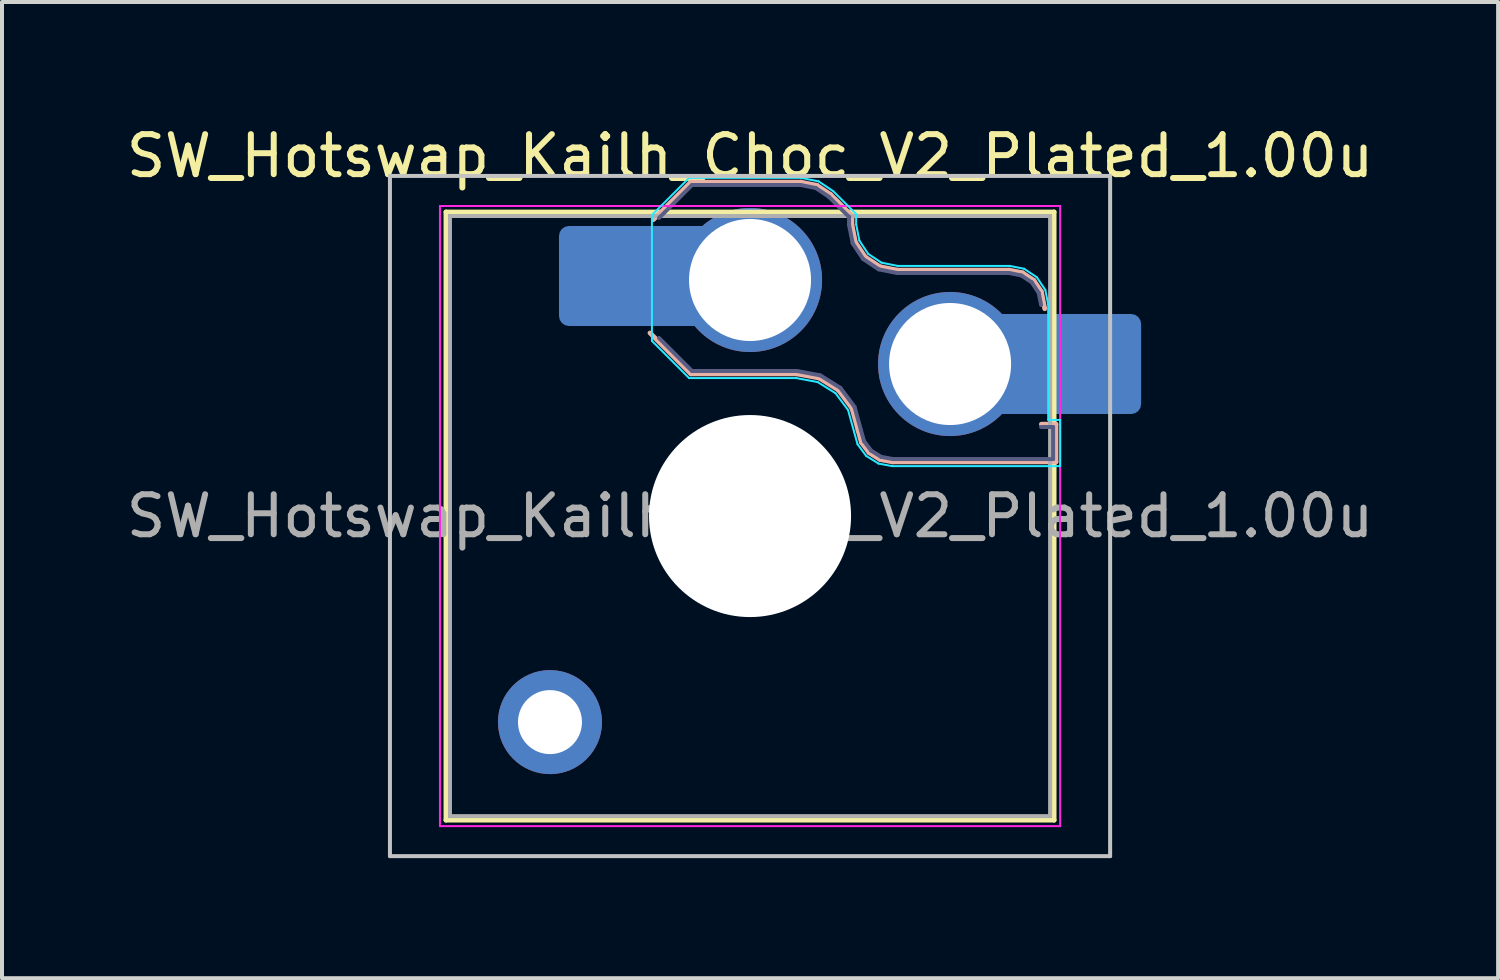
<source format=kicad_pcb>
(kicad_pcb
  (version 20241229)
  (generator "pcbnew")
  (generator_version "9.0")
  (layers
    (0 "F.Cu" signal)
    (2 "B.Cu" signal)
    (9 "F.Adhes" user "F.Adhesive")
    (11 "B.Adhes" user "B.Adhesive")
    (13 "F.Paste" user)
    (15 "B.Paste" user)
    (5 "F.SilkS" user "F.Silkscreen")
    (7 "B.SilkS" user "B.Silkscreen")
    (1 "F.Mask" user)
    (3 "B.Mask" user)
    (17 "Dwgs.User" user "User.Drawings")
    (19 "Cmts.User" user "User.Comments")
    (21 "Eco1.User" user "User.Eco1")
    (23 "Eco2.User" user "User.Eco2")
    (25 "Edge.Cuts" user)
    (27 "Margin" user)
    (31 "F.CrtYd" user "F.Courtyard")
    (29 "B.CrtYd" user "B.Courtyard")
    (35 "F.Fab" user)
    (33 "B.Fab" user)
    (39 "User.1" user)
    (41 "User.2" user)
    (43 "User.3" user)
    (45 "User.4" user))
  (footprint "SW_Hotswap_Kailh_Choc_V2_Plated_1.00u"
    (layer "F.Cu")
    (at 15.696 9.848)
    (property "Reference" "SW_Hotswap_Kailh_Choc_V2_Plated_1.00u" (at 0 -9 0) (layer "F.SilkS") (effects (font (size 1 1) (thickness 0.15))))
    (attr smd)
    (fp_line (start -7.6 -7.6) (end -7.6 7.6) (stroke (width 0.12) (type solid)) (layer "F.SilkS"))
    (fp_line (start -7.6 7.6) (end 7.6 7.6) (stroke (width 0.12) (type solid)) (layer "F.SilkS"))
    (fp_line (start 7.6 -7.6) (end -7.6 -7.6) (stroke (width 0.12) (type solid)) (layer "F.SilkS"))
    (fp_line (start 7.6 7.6) (end 7.6 -7.6) (stroke (width 0.12) (type solid)) (layer "F.SilkS"))
    (fp_line (start -2.416 -7.409) (end -1.479 -8.346) (stroke (width 0.12) (type solid)) (layer "B.SilkS"))
    (fp_line (start -1.479 -8.346) (end 1.268 -8.346) (stroke (width 0.12) (type solid)) (layer "B.SilkS"))
    (fp_line (start -1.479 -3.554) (end -2.5 -4.575) (stroke (width 0.12) (type solid)) (layer "B.SilkS"))
    (fp_line (start 1.168 -3.554) (end -1.479 -3.554) (stroke (width 0.12) (type solid)) (layer "B.SilkS"))
    (fp_line (start 1.268 -8.346) (end 1.671 -8.266) (stroke (width 0.12) (type solid)) (layer "B.SilkS"))
    (fp_line (start 1.671 -8.266) (end 2.013 -8.037) (stroke (width 0.12) (type solid)) (layer "B.SilkS"))
    (fp_line (start 1.73 -3.449) (end 1.168 -3.554) (stroke (width 0.12) (type solid)) (layer "B.SilkS"))
    (fp_line (start 2.013 -8.037) (end 2.546 -7.504) (stroke (width 0.12) (type solid)) (layer "B.SilkS"))
    (fp_line (start 2.209 -3.15) (end 1.73 -3.449) (stroke (width 0.12) (type solid)) (layer "B.SilkS"))
    (fp_line (start 2.546 -7.504) (end 2.546 -7.282) (stroke (width 0.12) (type solid)) (layer "B.SilkS"))
    (fp_line (start 2.546 -7.282) (end 2.633 -6.844) (stroke (width 0.12) (type solid)) (layer "B.SilkS"))
    (fp_line (start 2.547 -2.697) (end 2.209 -3.15) (stroke (width 0.12) (type solid)) (layer "B.SilkS"))
    (fp_line (start 2.633 -6.844) (end 2.877 -6.477) (stroke (width 0.12) (type solid)) (layer "B.SilkS"))
    (fp_line (start 2.701 -2.139) (end 2.547 -2.697) (stroke (width 0.12) (type solid)) (layer "B.SilkS"))
    (fp_line (start 2.783 -1.841) (end 2.701 -2.139) (stroke (width 0.12) (type solid)) (layer "B.SilkS"))
    (fp_line (start 2.877 -6.477) (end 3.244 -6.233) (stroke (width 0.12) (type solid)) (layer "B.SilkS"))
    (fp_line (start 2.976 -1.583) (end 2.783 -1.841) (stroke (width 0.12) (type solid)) (layer "B.SilkS"))
    (fp_line (start 3.244 -6.233) (end 3.682 -6.146) (stroke (width 0.12) (type solid)) (layer "B.SilkS"))
    (fp_line (start 3.25 -1.413) (end 2.976 -1.583) (stroke (width 0.12) (type solid)) (layer "B.SilkS"))
    (fp_line (start 3.56 -1.354) (end 3.25 -1.413) (stroke (width 0.12) (type solid)) (layer "B.SilkS"))
    (fp_line (start 3.682 -6.146) (end 6.482 -6.146) (stroke (width 0.12) (type solid)) (layer "B.SilkS"))
    (fp_line (start 6.482 -6.146) (end 6.809 -6.081) (stroke (width 0.12) (type solid)) (layer "B.SilkS"))
    (fp_line (start 6.809 -6.081) (end 7.092 -5.892) (stroke (width 0.12) (type solid)) (layer "B.SilkS"))
    (fp_line (start 7.092 -5.892) (end 7.281 -5.609) (stroke (width 0.12) (type solid)) (layer "B.SilkS"))
    (fp_line (start 7.281 -5.609) (end 7.366 -5.182) (stroke (width 0.12) (type solid)) (layer "B.SilkS"))
    (fp_line (start 7.283 -2.296) (end 7.646 -2.296) (stroke (width 0.12) (type solid)) (layer "B.SilkS"))
    (fp_line (start 7.646 -2.296) (end 7.646 -1.354) (stroke (width 0.12) (type solid)) (layer "B.SilkS"))
    (fp_line (start 7.646 -1.354) (end 3.56 -1.354) (stroke (width 0.12) (type solid)) (layer "B.SilkS"))
    (fp_line (start -9 -8.5) (end -9 8.5) (stroke (width 0.1) (type solid)) (layer "Dwgs.User"))
    (fp_line (start -9 8.5) (end 9 8.5) (stroke (width 0.1) (type solid)) (layer "Dwgs.User"))
    (fp_line (start 9 -8.5) (end -9 -8.5) (stroke (width 0.1) (type solid)) (layer "Dwgs.User"))
    (fp_line (start 9 8.5) (end 9 -8.5) (stroke (width 0.1) (type solid)) (layer "Dwgs.User"))
    (fp_line (start -7.25 -7.25) (end -7.25 7.25) (stroke (width 0.1) (type solid)) (layer "Eco1.User"))
    (fp_line (start -7.25 7.25) (end 7.25 7.25) (stroke (width 0.1) (type solid)) (layer "Eco1.User"))
    (fp_line (start 7.25 -7.25) (end -7.25 -7.25) (stroke (width 0.1) (type solid)) (layer "Eco1.User"))
    (fp_line (start 7.25 7.25) (end 7.25 -7.25) (stroke (width 0.1) (type solid)) (layer "Eco1.User"))
    (fp_line (start -2.452 -7.523) (end -1.523 -8.452) (stroke (width 0.05) (type solid)) (layer "B.CrtYd"))
    (fp_line (start -2.452 -4.377) (end -2.452 -7.523) (stroke (width 0.05) (type solid)) (layer "B.CrtYd"))
    (fp_line (start -1.523 -8.452) (end 1.278 -8.452) (stroke (width 0.05) (type solid)) (layer "B.CrtYd"))
    (fp_line (start -1.523 -3.448) (end -2.452 -4.377) (stroke (width 0.05) (type solid)) (layer "B.CrtYd"))
    (fp_line (start 1.159 -3.448) (end -1.523 -3.448) (stroke (width 0.05) (type solid)) (layer "B.CrtYd"))
    (fp_line (start 1.278 -8.452) (end 1.712 -8.366) (stroke (width 0.05) (type solid)) (layer "B.CrtYd"))
    (fp_line (start 1.691 -3.348) (end 1.159 -3.448) (stroke (width 0.05) (type solid)) (layer "B.CrtYd"))
    (fp_line (start 1.712 -8.366) (end 2.081 -8.119) (stroke (width 0.05) (type solid)) (layer "B.CrtYd"))
    (fp_line (start 2.081 -8.119) (end 2.652 -7.548) (stroke (width 0.05) (type solid)) (layer "B.CrtYd"))
    (fp_line (start 2.136 -3.071) (end 1.691 -3.348) (stroke (width 0.05) (type solid)) (layer "B.CrtYd"))
    (fp_line (start 2.45 -2.65) (end 2.136 -3.071) (stroke (width 0.05) (type solid)) (layer "B.CrtYd"))
    (fp_line (start 2.599 -2.111) (end 2.45 -2.65) (stroke (width 0.05) (type solid)) (layer "B.CrtYd"))
    (fp_line (start 2.652 -7.548) (end 2.652 -7.292) (stroke (width 0.05) (type solid)) (layer "B.CrtYd"))
    (fp_line (start 2.652 -7.292) (end 2.733 -6.885) (stroke (width 0.05) (type solid)) (layer "B.CrtYd"))
    (fp_line (start 2.687 -1.794) (end 2.599 -2.111) (stroke (width 0.05) (type solid)) (layer "B.CrtYd"))
    (fp_line (start 2.733 -6.885) (end 2.953 -6.553) (stroke (width 0.05) (type solid)) (layer "B.CrtYd"))
    (fp_line (start 2.903 -1.503) (end 2.687 -1.794) (stroke (width 0.05) (type solid)) (layer "B.CrtYd"))
    (fp_line (start 2.953 -6.553) (end 3.285 -6.333) (stroke (width 0.05) (type solid)) (layer "B.CrtYd"))
    (fp_line (start 3.211 -1.312) (end 2.903 -1.503) (stroke (width 0.05) (type solid)) (layer "B.CrtYd"))
    (fp_line (start 3.285 -6.333) (end 3.692 -6.252) (stroke (width 0.05) (type solid)) (layer "B.CrtYd"))
    (fp_line (start 3.55 -1.248) (end 3.211 -1.312) (stroke (width 0.05) (type solid)) (layer "B.CrtYd"))
    (fp_line (start 3.692 -6.252) (end 6.492 -6.252) (stroke (width 0.05) (type solid)) (layer "B.CrtYd"))
    (fp_line (start 6.492 -6.252) (end 6.85 -6.181) (stroke (width 0.05) (type solid)) (layer "B.CrtYd"))
    (fp_line (start 6.85 -6.181) (end 7.168 -5.968) (stroke (width 0.05) (type solid)) (layer "B.CrtYd"))
    (fp_line (start 7.168 -5.968) (end 7.381 -5.65) (stroke (width 0.05) (type solid)) (layer "B.CrtYd"))
    (fp_line (start 7.381 -5.65) (end 7.452 -5.292) (stroke (width 0.05) (type solid)) (layer "B.CrtYd"))
    (fp_line (start 7.452 -5.292) (end 7.452 -2.402) (stroke (width 0.05) (type solid)) (layer "B.CrtYd"))
    (fp_line (start 7.452 -2.402) (end 7.752 -2.402) (stroke (width 0.05) (type solid)) (layer "B.CrtYd"))
    (fp_line (start 7.752 -2.402) (end 7.752 -1.248) (stroke (width 0.05) (type solid)) (layer "B.CrtYd"))
    (fp_line (start 7.752 -1.248) (end 3.55 -1.248) (stroke (width 0.05) (type solid)) (layer "B.CrtYd"))
    (fp_line (start -7.75 -7.75) (end -7.75 7.75) (stroke (width 0.05) (type solid)) (layer "F.CrtYd"))
    (fp_line (start -7.75 7.75) (end 7.75 7.75) (stroke (width 0.05) (type solid)) (layer "F.CrtYd"))
    (fp_line (start 7.75 -7.75) (end -7.75 -7.75) (stroke (width 0.05) (type solid)) (layer "F.CrtYd"))
    (fp_line (start 7.75 7.75) (end 7.75 -7.75) (stroke (width 0.05) (type solid)) (layer "F.CrtYd"))
    (fp_line (start -2.275 -7.45) (end -1.45 -8.275) (stroke (width 0.1) (type solid)) (layer "B.Fab"))
    (fp_line (start -1.45 -8.275) (end 1.261 -8.275) (stroke (width 0.1) (type solid)) (layer "B.Fab"))
    (fp_line (start -1.45 -3.625) (end -2.275 -4.45) (stroke (width 0.1) (type solid)) (layer "B.Fab"))
    (fp_line (start 1.175 -3.625) (end -1.45 -3.625) (stroke (width 0.1) (type solid)) (layer "B.Fab"))
    (fp_line (start 1.261 -8.275) (end 1.643 -8.199) (stroke (width 0.1) (type solid)) (layer "B.Fab"))
    (fp_line (start 1.643 -8.199) (end 1.968 -7.982) (stroke (width 0.1) (type solid)) (layer "B.Fab"))
    (fp_line (start 1.756 -3.516) (end 1.175 -3.625) (stroke (width 0.1) (type solid)) (layer "B.Fab"))
    (fp_line (start 1.968 -7.982) (end 2.475 -7.475) (stroke (width 0.1) (type solid)) (layer "B.Fab"))
    (fp_line (start 2.258 -3.203) (end 1.756 -3.516) (stroke (width 0.1) (type solid)) (layer "B.Fab"))
    (fp_line (start 2.475 -7.475) (end 2.475 -7.275) (stroke (width 0.1) (type solid)) (layer "B.Fab"))
    (fp_line (start 2.475 -7.275) (end 2.566 -6.816) (stroke (width 0.1) (type solid)) (layer "B.Fab"))
    (fp_line (start 2.566 -6.816) (end 2.826 -6.426) (stroke (width 0.1) (type solid)) (layer "B.Fab"))
    (fp_line (start 2.612 -2.729) (end 2.258 -3.203) (stroke (width 0.1) (type solid)) (layer "B.Fab"))
    (fp_line (start 2.769 -2.158) (end 2.612 -2.729) (stroke (width 0.1) (type solid)) (layer "B.Fab"))
    (fp_line (start 2.826 -6.426) (end 3.216 -6.166) (stroke (width 0.1) (type solid)) (layer "B.Fab"))
    (fp_line (start 2.848 -1.873) (end 2.769 -2.158) (stroke (width 0.1) (type solid)) (layer "B.Fab"))
    (fp_line (start 3.025 -1.636) (end 2.848 -1.873) (stroke (width 0.1) (type solid)) (layer "B.Fab"))
    (fp_line (start 3.216 -6.166) (end 3.675 -6.075) (stroke (width 0.1) (type solid)) (layer "B.Fab"))
    (fp_line (start 3.276 -1.48) (end 3.025 -1.636) (stroke (width 0.1) (type solid)) (layer "B.Fab"))
    (fp_line (start 3.567 -1.425) (end 3.276 -1.48) (stroke (width 0.1) (type solid)) (layer "B.Fab"))
    (fp_line (start 3.675 -6.075) (end 6.475 -6.075) (stroke (width 0.1) (type solid)) (layer "B.Fab"))
    (fp_line (start 6.475 -6.075) (end 6.781 -6.014) (stroke (width 0.1) (type solid)) (layer "B.Fab"))
    (fp_line (start 6.781 -6.014) (end 7.041 -5.841) (stroke (width 0.1) (type solid)) (layer "B.Fab"))
    (fp_line (start 7.041 -5.841) (end 7.214 -5.581) (stroke (width 0.1) (type solid)) (layer "B.Fab"))
    (fp_line (start 7.214 -5.581) (end 7.275 -5.275) (stroke (width 0.1) (type solid)) (layer "B.Fab"))
    (fp_line (start 7.275 -2.225) (end 7.575 -2.225) (stroke (width 0.1) (type solid)) (layer "B.Fab"))
    (fp_line (start 7.575 -2.225) (end 7.575 -1.425) (stroke (width 0.1) (type solid)) (layer "B.Fab"))
    (fp_line (start 7.575 -1.425) (end 3.567 -1.425) (stroke (width 0.1) (type solid)) (layer "B.Fab"))
    (fp_line (start -7.5 -7.5) (end -7.5 7.5) (stroke (width 0.1) (type solid)) (layer "F.Fab"))
    (fp_line (start -7.5 7.5) (end 7.5 7.5) (stroke (width 0.1) (type solid)) (layer "F.Fab"))
    (fp_line (start 7.5 -7.5) (end -7.5 -7.5) (stroke (width 0.1) (type solid)) (layer "F.Fab"))
    (fp_line (start 7.5 7.5) (end 7.5 -7.5) (stroke (width 0.1) (type solid)) (layer "F.Fab"))
    (fp_text user "${REFERENCE}" (at 0 0 0) (layer "F.Fab") (effects (font (size 1 1) (thickness 0.15))))
    (pad "" thru_hole circle (at -5 5.15) (size 2.6 2.6) (drill 1.6) (layers "*.Cu" "*.Mask"))
    (pad "" smd roundrect (at -3.5 -6) (size 2.55 2.5) (layers "B.Mask" "B.Paste") (roundrect_rratio 0.1))
    (pad "" np_thru_hole circle (at 0 0) (size 5.05 5.05) (drill 5.05) (layers "*.Cu" "*.Mask"))
    (pad "" smd roundrect (at 8.5 -3.8) (size 2.55 2.5) (layers "B.Mask" "B.Paste") (roundrect_rratio 0.1))
    (pad "1" smd roundrect (at -2.85 -6) (size 3.85 2.5) (layers "B.Cu") (roundrect_rratio 0.1))
    (pad "1" thru_hole circle (at 0 -5.9) (size 3.6 3.6) (drill 3.05) (layers "*.Cu" "*.Mask"))
    (pad "2" thru_hole circle (at 5 -3.8) (size 3.6 3.6) (drill 3.05) (layers "*.Cu" "*.Mask"))
    (pad "2" smd roundrect (at 7.85 -3.8) (size 3.85 2.5) (layers "B.Cu") (roundrect_rratio 0.1)))
  (gr_rect
    (start -3 -3)
    (end 34.393 21.398)
    (stroke (width 0.1) (type default))
    (fill no)
    (layer "Edge.Cuts")))
</source>
